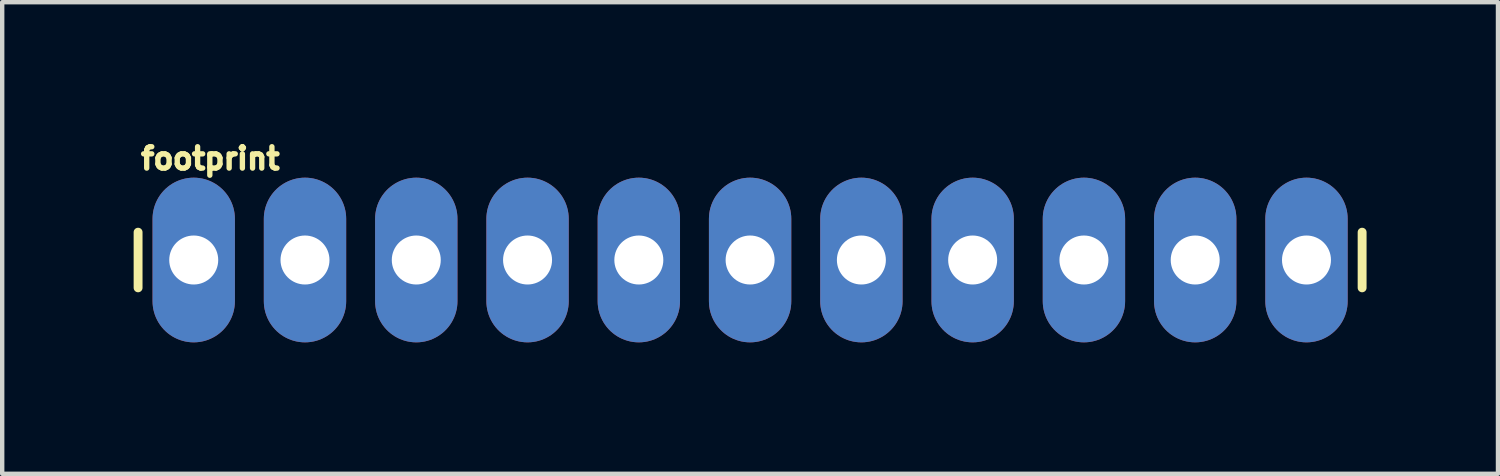
<source format=kicad_pcb>
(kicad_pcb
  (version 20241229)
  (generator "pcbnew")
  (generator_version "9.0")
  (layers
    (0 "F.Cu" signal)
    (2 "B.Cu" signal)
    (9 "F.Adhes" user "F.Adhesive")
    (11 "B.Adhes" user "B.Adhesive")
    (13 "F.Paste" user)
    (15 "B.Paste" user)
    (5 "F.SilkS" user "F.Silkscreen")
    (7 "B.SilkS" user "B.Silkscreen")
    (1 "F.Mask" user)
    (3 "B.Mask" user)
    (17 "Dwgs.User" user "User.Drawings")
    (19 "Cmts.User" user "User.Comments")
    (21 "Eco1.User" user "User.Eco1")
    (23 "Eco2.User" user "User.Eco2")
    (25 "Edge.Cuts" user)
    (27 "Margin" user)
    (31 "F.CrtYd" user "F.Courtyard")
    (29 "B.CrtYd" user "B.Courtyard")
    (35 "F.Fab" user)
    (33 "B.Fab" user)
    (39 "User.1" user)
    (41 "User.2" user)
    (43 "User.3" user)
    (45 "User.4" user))
  (footprint "footprint"
    (layer "F.Cu")
    (at 1.372 2.885)
    (property "Reference" "footprint" (at -1.27 -2.032 0) (layer "F.SilkS") (effects (font (size 0.488 0.488) (thickness 0.122)) (justify left bottom)))
    (fp_line (start -1.27 -0.635) (end -1.27 0.635) (stroke (width 0.203) (type solid)) (layer "F.SilkS"))
    (fp_line (start 26.67 -0.635) (end 26.67 0.635) (stroke (width 0.203) (type solid)) (layer "F.SilkS"))
    (fp_poly (pts (xy -0.254 0.254) (xy 0.254 0.254) (xy 0.254 -0.254) (xy -0.254 -0.254)) (stroke (width 0.1) (type solid)) (fill no) (layer "F.Fab"))
    (fp_poly (pts (xy 2.286 0.254) (xy 2.794 0.254) (xy 2.794 -0.254) (xy 2.286 -0.254)) (stroke (width 0.1) (type solid)) (fill no) (layer "F.Fab"))
    (fp_poly (pts (xy 4.826 0.254) (xy 5.334 0.254) (xy 5.334 -0.254) (xy 4.826 -0.254)) (stroke (width 0.1) (type solid)) (fill no) (layer "F.Fab"))
    (fp_poly (pts (xy 7.366 0.254) (xy 7.874 0.254) (xy 7.874 -0.254) (xy 7.366 -0.254)) (stroke (width 0.1) (type solid)) (fill no) (layer "F.Fab"))
    (fp_poly (pts (xy 9.906 0.254) (xy 10.414 0.254) (xy 10.414 -0.254) (xy 9.906 -0.254)) (stroke (width 0.1) (type solid)) (fill no) (layer "F.Fab"))
    (fp_poly (pts (xy 12.446 0.254) (xy 12.954 0.254) (xy 12.954 -0.254) (xy 12.446 -0.254)) (stroke (width 0.1) (type solid)) (fill no) (layer "F.Fab"))
    (fp_poly (pts (xy 14.986 0.254) (xy 15.494 0.254) (xy 15.494 -0.254) (xy 14.986 -0.254)) (stroke (width 0.1) (type solid)) (fill no) (layer "F.Fab"))
    (fp_poly (pts (xy 17.526 0.254) (xy 18.034 0.254) (xy 18.034 -0.254) (xy 17.526 -0.254)) (stroke (width 0.1) (type solid)) (fill no) (layer "F.Fab"))
    (fp_poly (pts (xy 20.066 0.254) (xy 20.574 0.254) (xy 20.574 -0.254) (xy 20.066 -0.254)) (stroke (width 0.1) (type solid)) (fill no) (layer "F.Fab"))
    (fp_poly (pts (xy 22.606 0.254) (xy 23.114 0.254) (xy 23.114 -0.254) (xy 22.606 -0.254)) (stroke (width 0.1) (type solid)) (fill no) (layer "F.Fab"))
    (fp_poly (pts (xy 25.146 0.254) (xy 25.654 0.254) (xy 25.654 -0.254) (xy 25.146 -0.254)) (stroke (width 0.1) (type solid)) (fill no) (layer "F.Fab"))
    (pad "1" thru_hole oval (at 0 0 90) (size 3.759 1.88) (drill 1.118) (layers "*.Cu" "*.Mask"))
    (pad "2" thru_hole oval (at 2.54 0 90) (size 3.759 1.88) (drill 1.118) (layers "*.Cu" "*.Mask"))
    (pad "3" thru_hole oval (at 5.08 0 90) (size 3.759 1.88) (drill 1.118) (layers "*.Cu" "*.Mask"))
    (pad "4" thru_hole oval (at 7.62 0 90) (size 3.759 1.88) (drill 1.118) (layers "*.Cu" "*.Mask"))
    (pad "5" thru_hole oval (at 10.16 0 90) (size 3.759 1.88) (drill 1.118) (layers "*.Cu" "*.Mask"))
    (pad "6" thru_hole oval (at 12.7 0 90) (size 3.759 1.88) (drill 1.118) (layers "*.Cu" "*.Mask"))
    (pad "7" thru_hole oval (at 15.24 0 90) (size 3.759 1.88) (drill 1.118) (layers "*.Cu" "*.Mask"))
    (pad "8" thru_hole oval (at 17.78 0 90) (size 3.759 1.88) (drill 1.118) (layers "*.Cu" "*.Mask"))
    (pad "9" thru_hole oval (at 20.32 0 90) (size 3.759 1.88) (drill 1.118) (layers "*.Cu" "*.Mask"))
    (pad "10" thru_hole oval (at 22.86 0 90) (size 3.759 1.88) (drill 1.118) (layers "*.Cu" "*.Mask"))
    (pad "11" thru_hole oval (at 25.4 0 90) (size 3.759 1.88) (drill 1.118) (layers "*.Cu" "*.Mask")))
  (gr_rect
    (start -3 -3)
    (end 31.143 7.765)
    (stroke (width 0.1) (type default))
    (fill no)
    (layer "Edge.Cuts")))
</source>
